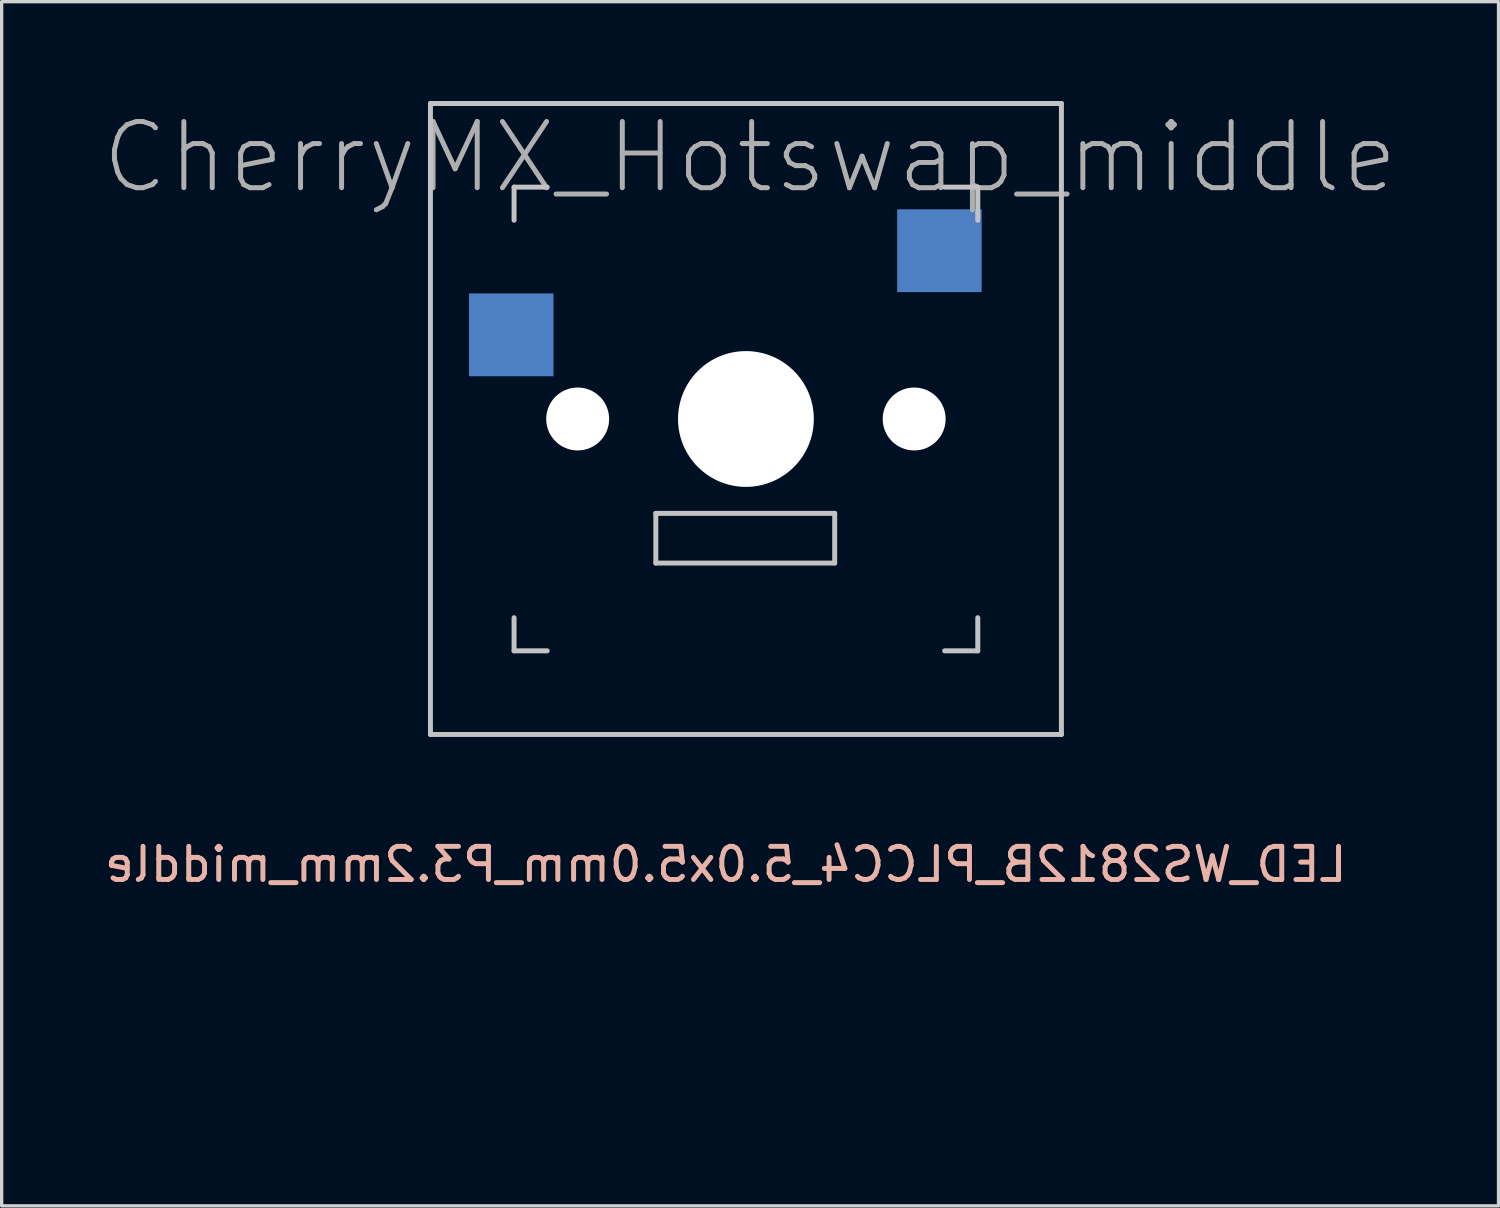
<source format=kicad_pcb>
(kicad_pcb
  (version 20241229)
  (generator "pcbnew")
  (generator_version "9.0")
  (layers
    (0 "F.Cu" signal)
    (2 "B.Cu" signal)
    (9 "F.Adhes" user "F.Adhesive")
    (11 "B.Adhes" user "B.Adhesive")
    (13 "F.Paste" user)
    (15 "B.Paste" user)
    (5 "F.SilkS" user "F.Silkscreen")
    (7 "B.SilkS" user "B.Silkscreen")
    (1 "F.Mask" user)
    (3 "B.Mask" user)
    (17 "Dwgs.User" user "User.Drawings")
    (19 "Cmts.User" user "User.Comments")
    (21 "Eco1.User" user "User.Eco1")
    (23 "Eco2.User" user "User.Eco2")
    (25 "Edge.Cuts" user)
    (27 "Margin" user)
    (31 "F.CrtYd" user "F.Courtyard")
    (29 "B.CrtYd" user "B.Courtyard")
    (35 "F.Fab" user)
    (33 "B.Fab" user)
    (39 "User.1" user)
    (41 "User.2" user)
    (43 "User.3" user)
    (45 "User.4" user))
  (footprint "LED_WS2812B_PLCC4_5.0x5.0mm_P3.2mm_middle"
    (layer "F.Cu")
    (at 18.863 26.548)
    (property "Reference" "LED_WS2812B_PLCC4_5.0x5.0mm_P3.2mm_middle" (at 0 -3.5 0) (layer "B.SilkS") (effects (font (size 1 1) (thickness 0.15)) (justify mirror)))
    (attr smd)
    (fp_line (start -4.65 -3.75) (end -4.65 3.75) (stroke (width 0.12) (type solid)) (layer "User.3"))
    (fp_line (start 4.65 -3.75) (end -4.65 -3.75) (stroke (width 0.12) (type solid)) (layer "User.3"))
    (fp_line (start 4.65 -3.72) (end 4.65 3.75) (stroke (width 0.12) (type solid)) (layer "User.3"))
    (fp_line (start 4.65 3.75) (end -4.65 3.75) (stroke (width 0.12) (type solid)) (layer "User.3")))
  (footprint "CherryMX_Hotswap_middle"
    (layer "F.Cu")
    (at 19.471 9.6)
    (property "Reference" "CherryMX_Hotswap_middle" (at 0.125 -7.9 0) (layer "F.Fab") (effects (font (size 2 2) (thickness 0.15))))
    (attr through_hole)
    (fp_line (start -9.525 -9.525) (end 9.525 -9.525) (stroke (width 0.15) (type solid)) (layer "Dwgs.User"))
    (fp_line (start -9.525 9.525) (end -9.525 -9.525) (stroke (width 0.15) (type solid)) (layer "Dwgs.User"))
    (fp_line (start -7 -7) (end -6 -7) (stroke (width 0.15) (type solid)) (layer "Dwgs.User"))
    (fp_line (start -7 -6) (end -7 -7) (stroke (width 0.15) (type solid)) (layer "Dwgs.User"))
    (fp_line (start -7 6) (end -7 7) (stroke (width 0.15) (type solid)) (layer "Dwgs.User"))
    (fp_line (start -7 7) (end -6 7) (stroke (width 0.15) (type solid)) (layer "Dwgs.User"))
    (fp_line (start -2.72 2.85) (end -2.72 4.35) (stroke (width 0.15) (type solid)) (layer "Dwgs.User"))
    (fp_line (start -2.72 4.35) (end 2.68 4.35) (stroke (width 0.15) (type solid)) (layer "Dwgs.User"))
    (fp_line (start 2.68 2.85) (end -2.72 2.85) (stroke (width 0.15) (type solid)) (layer "Dwgs.User"))
    (fp_line (start 2.68 4.35) (end 2.68 2.85) (stroke (width 0.15) (type solid)) (layer "Dwgs.User"))
    (fp_line (start 6 7) (end 7 7) (stroke (width 0.15) (type solid)) (layer "Dwgs.User"))
    (fp_line (start 7 -7) (end 6 -7) (stroke (width 0.15) (type solid)) (layer "Dwgs.User"))
    (fp_line (start 7 -7) (end 7 -6) (stroke (width 0.15) (type solid)) (layer "Dwgs.User"))
    (fp_line (start 7 7) (end 7 6) (stroke (width 0.15) (type solid)) (layer "Dwgs.User"))
    (fp_line (start 9.525 -9.525) (end 9.525 9.525) (stroke (width 0.15) (type solid)) (layer "Dwgs.User"))
    (fp_line (start 9.525 9.525) (end -9.525 9.525) (stroke (width 0.15) (type solid)) (layer "Dwgs.User"))
    (fp_line (start -8.87 -4.39) (end -6.53 -4.39) (stroke (width 0.12) (type solid)) (layer "User.3"))
    (fp_line (start -8.87 -0.78) (end -8.87 -4.39) (stroke (width 0.12) (type solid)) (layer "User.3"))
    (fp_line (start -6.72 -0.78) (end -8.87 -0.78) (stroke (width 0.12) (type solid)) (layer "User.3"))
    (fp_line (start -6.72 1.75) (end -6.72 -0.78) (stroke (width 0.12) (type solid)) (layer "User.3"))
    (fp_line (start -3.52 1.75) (end -6.72 1.75) (stroke (width 0.12) (type solid)) (layer "User.3"))
    (fp_line (start -3.51 5.01) (end -3.52 1.75) (stroke (width 0.12) (type solid)) (layer "User.3"))
    (fp_line (start 3.59 1.86) (end 3.59 5.03) (stroke (width 0.12) (type solid)) (layer "User.3"))
    (fp_line (start 3.59 5.03) (end -3.51 5.01) (stroke (width 0.12) (type solid)) (layer "User.3"))
    (fp_line (start 4.4 -7.1) (end -3.8 -7.1) (stroke (width 0.12) (type solid)) (layer "User.3"))
    (fp_line (start 4.6 -7.1) (end 4.4 -7.1) (stroke (width 0.12) (type solid)) (layer "User.3"))
    (fp_line (start 4.6 -7.1) (end 7.63 -7.1) (stroke (width 0.12) (type solid)) (layer "User.3"))
    (fp_line (start 6.76 -3.21) (end 6.77 1.86) (stroke (width 0.12) (type solid)) (layer "User.3"))
    (fp_line (start 6.77 1.86) (end 3.59 1.86) (stroke (width 0.12) (type solid)) (layer "User.3"))
    (fp_line (start 7.63 -6.77) (end 7.63 -7.09) (stroke (width 0.12) (type solid)) (layer "User.3"))
    (fp_line (start 7.63 -6.77) (end 7.63 -3.21) (stroke (width 0.12) (type solid)) (layer "User.3"))
    (fp_line (start 7.63 -3.21) (end 6.76 -3.21) (stroke (width 0.12) (type solid)) (layer "User.3"))
    (fp_arc (start -6.53 -4.39) (mid -5.589504 -6.172636) (end -3.800001 -7.1) (stroke (width 0.12) (type solid)) (layer "User.3"))
    (pad "" np_thru_hole circle (at -5.08 0) (size 1.9 1.9) (drill 1.9) (layers "*.Cu" "*.Mask"))
    (pad "" np_thru_hole circle (at 0 0 90) (size 4.1 4.1) (drill 4.1) (layers "*.Cu" "*.Mask"))
    (pad "" np_thru_hole circle (at 5.08 0) (size 1.9 1.9) (drill 1.9) (layers "*.Cu" "*.Mask"))
    (pad "1" smd rect (at -7.085 -2.54 180) (size 2.55 2.5) (layers "B.Cu" "B.Mask" "B.Paste"))
    (pad "2" smd rect (at 5.842 -5.08 180) (size 2.55 2.5) (layers "B.Cu" "B.Mask" "B.Paste")))
  (gr_rect
    (start -3 -3)
    (end 42.193 33.358)
    (stroke (width 0.1) (type default))
    (fill no)
    (layer "Edge.Cuts")))
</source>
